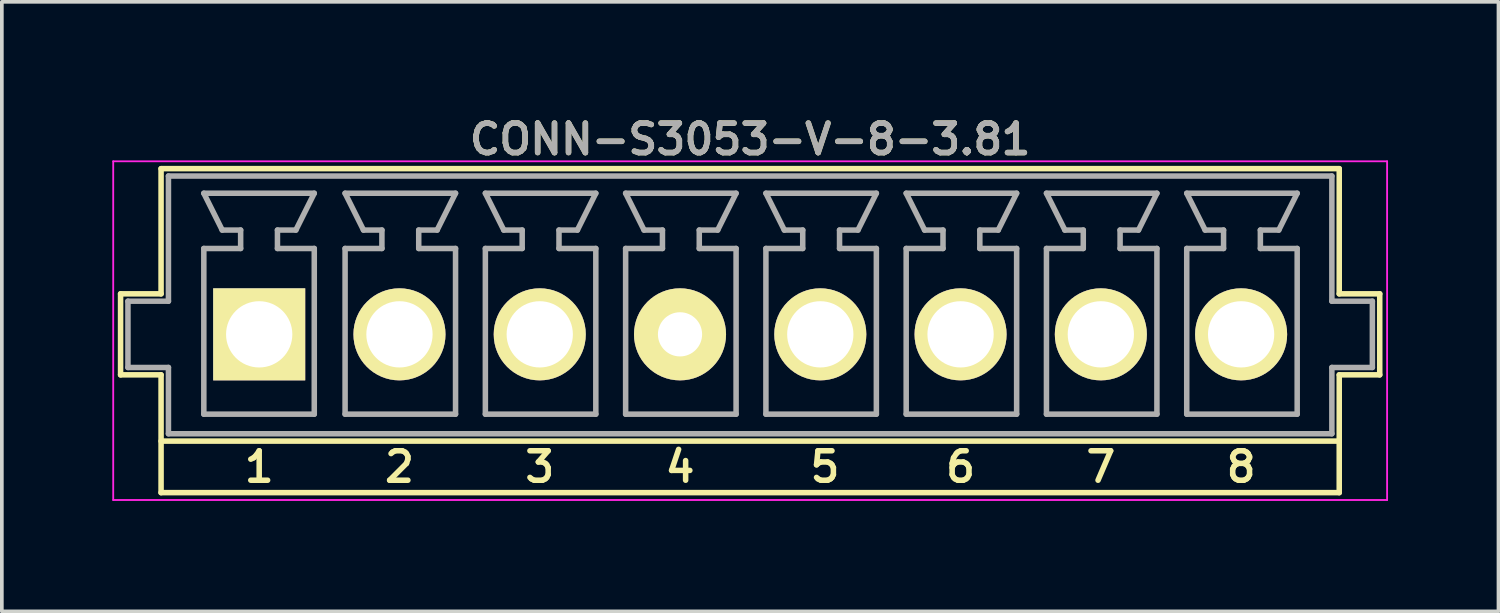
<source format=kicad_pcb>
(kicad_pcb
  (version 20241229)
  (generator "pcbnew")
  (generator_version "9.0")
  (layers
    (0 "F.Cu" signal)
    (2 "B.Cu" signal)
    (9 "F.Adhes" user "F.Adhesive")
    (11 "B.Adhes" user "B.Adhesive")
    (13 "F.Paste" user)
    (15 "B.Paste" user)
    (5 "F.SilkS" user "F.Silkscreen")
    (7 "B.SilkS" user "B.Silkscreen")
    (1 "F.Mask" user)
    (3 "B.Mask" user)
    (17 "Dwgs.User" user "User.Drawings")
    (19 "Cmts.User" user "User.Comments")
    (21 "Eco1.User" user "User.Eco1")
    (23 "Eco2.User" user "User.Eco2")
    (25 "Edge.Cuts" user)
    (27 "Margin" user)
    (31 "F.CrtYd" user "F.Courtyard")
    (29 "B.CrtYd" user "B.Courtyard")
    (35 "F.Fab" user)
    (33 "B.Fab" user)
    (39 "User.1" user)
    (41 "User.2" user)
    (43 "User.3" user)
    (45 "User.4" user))
  (footprint "CONN-S3053-V-8-3.81"
    (layer "F.Cu")
    (at 17.325 5.231)
    (property "Reference" "CONN-S3053-V-8-3.81" (at 0 -4.5 0) (layer "F.SilkS") (effects (font (size 0.8 0.8) (thickness 0.15))))
    (attr through_hole)
    (fp_line (start -17.1 -0.3) (end -17.1 1.9) (stroke (width 0.15) (type solid)) (layer "F.SilkS"))
    (fp_line (start -17.1 1.9) (end -16 1.9) (stroke (width 0.15) (type solid)) (layer "F.SilkS"))
    (fp_line (start -16 -3.7) (end -16 -0.3) (stroke (width 0.15) (type solid)) (layer "F.SilkS"))
    (fp_line (start -16 -3.7) (end 16 -3.7) (stroke (width 0.15) (type solid)) (layer "F.SilkS"))
    (fp_line (start -16 -0.3) (end -17.1 -0.3) (stroke (width 0.15) (type solid)) (layer "F.SilkS"))
    (fp_line (start -16 1.9) (end -16 5.1) (stroke (width 0.15) (type solid)) (layer "F.SilkS"))
    (fp_line (start -16 5.1) (end 16 5.1) (stroke (width 0.15) (type solid)) (layer "F.SilkS"))
    (fp_line (start 16 -3.7) (end 16 -0.3) (stroke (width 0.15) (type solid)) (layer "F.SilkS"))
    (fp_line (start 16 1.9) (end 16 5.1) (stroke (width 0.15) (type solid)) (layer "F.SilkS"))
    (fp_line (start 16 1.9) (end 17.1 1.9) (stroke (width 0.15) (type solid)) (layer "F.SilkS"))
    (fp_line (start 16 3.7) (end -16 3.7) (stroke (width 0.15) (type solid)) (layer "F.SilkS"))
    (fp_line (start 17.1 -0.3) (end 16 -0.3) (stroke (width 0.15) (type solid)) (layer "F.SilkS"))
    (fp_line (start 17.1 -0.3) (end 17.1 1.9) (stroke (width 0.15) (type solid)) (layer "F.SilkS"))
    (fp_line (start -17.3 -3.9) (end 17.3 -3.9) (stroke (width 0.05) (type solid)) (layer "F.CrtYd"))
    (fp_line (start -17.3 5.3) (end -17.3 -3.9) (stroke (width 0.05) (type solid)) (layer "F.CrtYd"))
    (fp_line (start 17.3 -3.9) (end 17.3 5.3) (stroke (width 0.05) (type solid)) (layer "F.CrtYd"))
    (fp_line (start 17.3 5.3) (end -17.3 5.3) (stroke (width 0.05) (type solid)) (layer "F.CrtYd"))
    (fp_line (start -16.9 -0.1) (end -16.9 1.7) (stroke (width 0.15) (type solid)) (layer "F.Fab"))
    (fp_line (start -16.9 1.7) (end -15.8 1.7) (stroke (width 0.15) (type solid)) (layer "F.Fab"))
    (fp_line (start -15.8 -3.5) (end -15.8 -0.1) (stroke (width 0.15) (type solid)) (layer "F.Fab"))
    (fp_line (start -15.8 -3.5) (end 15.8 -3.5) (stroke (width 0.15) (type solid)) (layer "F.Fab"))
    (fp_line (start -15.8 -0.1) (end -16.9 -0.1) (stroke (width 0.15) (type solid)) (layer "F.Fab"))
    (fp_line (start -15.8 1.7) (end -15.8 3.5) (stroke (width 0.15) (type solid)) (layer "F.Fab"))
    (fp_line (start -14.839 -3.032) (end -14.339 -2.032) (stroke (width 0.15) (type solid)) (layer "F.Fab"))
    (fp_line (start -14.839 -1.532) (end -13.839 -1.532) (stroke (width 0.15) (type solid)) (layer "F.Fab"))
    (fp_line (start -14.839 2.968) (end -14.839 -1.532) (stroke (width 0.15) (type solid)) (layer "F.Fab"))
    (fp_line (start -13.839 -2.032) (end -14.339 -2.032) (stroke (width 0.15) (type solid)) (layer "F.Fab"))
    (fp_line (start -13.839 -1.532) (end -13.839 -2.032) (stroke (width 0.15) (type solid)) (layer "F.Fab"))
    (fp_line (start -12.839 -2.032) (end -12.339 -2.032) (stroke (width 0.15) (type solid)) (layer "F.Fab"))
    (fp_line (start -12.839 -1.532) (end -12.839 -2.032) (stroke (width 0.15) (type solid)) (layer "F.Fab"))
    (fp_line (start -12.839 -1.532) (end -11.839 -1.532) (stroke (width 0.15) (type solid)) (layer "F.Fab"))
    (fp_line (start -12.339 -2.032) (end -11.839 -3.032) (stroke (width 0.15) (type solid)) (layer "F.Fab"))
    (fp_line (start -11.839 -3.032) (end -14.839 -3.032) (stroke (width 0.15) (type solid)) (layer "F.Fab"))
    (fp_line (start -11.839 2.968) (end -14.839 2.968) (stroke (width 0.15) (type solid)) (layer "F.Fab"))
    (fp_line (start -11.839 2.968) (end -11.839 -1.532) (stroke (width 0.15) (type solid)) (layer "F.Fab"))
    (fp_line (start -11.002 -3.032) (end -10.502 -2.032) (stroke (width 0.15) (type solid)) (layer "F.Fab"))
    (fp_line (start -11.002 -1.532) (end -10.002 -1.532) (stroke (width 0.15) (type solid)) (layer "F.Fab"))
    (fp_line (start -11.002 2.968) (end -11.002 -1.532) (stroke (width 0.15) (type solid)) (layer "F.Fab"))
    (fp_line (start -10.002 -2.032) (end -10.502 -2.032) (stroke (width 0.15) (type solid)) (layer "F.Fab"))
    (fp_line (start -10.002 -1.532) (end -10.002 -2.032) (stroke (width 0.15) (type solid)) (layer "F.Fab"))
    (fp_line (start -9.002 -2.032) (end -8.502 -2.032) (stroke (width 0.15) (type solid)) (layer "F.Fab"))
    (fp_line (start -9.002 -1.532) (end -9.002 -2.032) (stroke (width 0.15) (type solid)) (layer "F.Fab"))
    (fp_line (start -9.002 -1.532) (end -8.002 -1.532) (stroke (width 0.15) (type solid)) (layer "F.Fab"))
    (fp_line (start -8.502 -2.032) (end -8.002 -3.032) (stroke (width 0.15) (type solid)) (layer "F.Fab"))
    (fp_line (start -8.002 -3.032) (end -11.002 -3.032) (stroke (width 0.15) (type solid)) (layer "F.Fab"))
    (fp_line (start -8.002 2.968) (end -11.002 2.968) (stroke (width 0.15) (type solid)) (layer "F.Fab"))
    (fp_line (start -8.002 2.968) (end -8.002 -1.532) (stroke (width 0.15) (type solid)) (layer "F.Fab"))
    (fp_line (start -7.192 -3.032) (end -6.692 -2.032) (stroke (width 0.15) (type solid)) (layer "F.Fab"))
    (fp_line (start -7.192 -1.532) (end -6.192 -1.532) (stroke (width 0.15) (type solid)) (layer "F.Fab"))
    (fp_line (start -7.192 2.968) (end -7.192 -1.532) (stroke (width 0.15) (type solid)) (layer "F.Fab"))
    (fp_line (start -6.192 -2.032) (end -6.692 -2.032) (stroke (width 0.15) (type solid)) (layer "F.Fab"))
    (fp_line (start -6.192 -1.532) (end -6.192 -2.032) (stroke (width 0.15) (type solid)) (layer "F.Fab"))
    (fp_line (start -5.192 -2.032) (end -4.692 -2.032) (stroke (width 0.15) (type solid)) (layer "F.Fab"))
    (fp_line (start -5.192 -1.532) (end -5.192 -2.032) (stroke (width 0.15) (type solid)) (layer "F.Fab"))
    (fp_line (start -5.192 -1.532) (end -4.192 -1.532) (stroke (width 0.15) (type solid)) (layer "F.Fab"))
    (fp_line (start -4.692 -2.032) (end -4.192 -3.032) (stroke (width 0.15) (type solid)) (layer "F.Fab"))
    (fp_line (start -4.192 -3.032) (end -7.192 -3.032) (stroke (width 0.15) (type solid)) (layer "F.Fab"))
    (fp_line (start -4.192 2.968) (end -7.192 2.968) (stroke (width 0.15) (type solid)) (layer "F.Fab"))
    (fp_line (start -4.192 2.968) (end -4.192 -1.532) (stroke (width 0.15) (type solid)) (layer "F.Fab"))
    (fp_line (start -3.382 -3.032) (end -2.882 -2.032) (stroke (width 0.15) (type solid)) (layer "F.Fab"))
    (fp_line (start -3.382 -1.532) (end -2.382 -1.532) (stroke (width 0.15) (type solid)) (layer "F.Fab"))
    (fp_line (start -3.382 2.968) (end -3.382 -1.532) (stroke (width 0.15) (type solid)) (layer "F.Fab"))
    (fp_line (start -2.382 -2.032) (end -2.882 -2.032) (stroke (width 0.15) (type solid)) (layer "F.Fab"))
    (fp_line (start -2.382 -1.532) (end -2.382 -2.032) (stroke (width 0.15) (type solid)) (layer "F.Fab"))
    (fp_line (start -1.382 -2.032) (end -0.882 -2.032) (stroke (width 0.15) (type solid)) (layer "F.Fab"))
    (fp_line (start -1.382 -1.532) (end -1.382 -2.032) (stroke (width 0.15) (type solid)) (layer "F.Fab"))
    (fp_line (start -1.382 -1.532) (end -0.382 -1.532) (stroke (width 0.15) (type solid)) (layer "F.Fab"))
    (fp_line (start -0.882 -2.032) (end -0.382 -3.032) (stroke (width 0.15) (type solid)) (layer "F.Fab"))
    (fp_line (start -0.382 -3.032) (end -3.382 -3.032) (stroke (width 0.15) (type solid)) (layer "F.Fab"))
    (fp_line (start -0.382 2.968) (end -3.382 2.968) (stroke (width 0.15) (type solid)) (layer "F.Fab"))
    (fp_line (start -0.382 2.968) (end -0.382 -1.532) (stroke (width 0.15) (type solid)) (layer "F.Fab"))
    (fp_line (start 0.428 -3.032) (end 0.928 -2.032) (stroke (width 0.15) (type solid)) (layer "F.Fab"))
    (fp_line (start 0.428 -1.532) (end 1.428 -1.532) (stroke (width 0.15) (type solid)) (layer "F.Fab"))
    (fp_line (start 0.428 2.968) (end 0.428 -1.532) (stroke (width 0.15) (type solid)) (layer "F.Fab"))
    (fp_line (start 1.428 -2.032) (end 0.928 -2.032) (stroke (width 0.15) (type solid)) (layer "F.Fab"))
    (fp_line (start 1.428 -1.532) (end 1.428 -2.032) (stroke (width 0.15) (type solid)) (layer "F.Fab"))
    (fp_line (start 2.428 -2.032) (end 2.928 -2.032) (stroke (width 0.15) (type solid)) (layer "F.Fab"))
    (fp_line (start 2.428 -1.532) (end 2.428 -2.032) (stroke (width 0.15) (type solid)) (layer "F.Fab"))
    (fp_line (start 2.428 -1.532) (end 3.428 -1.532) (stroke (width 0.15) (type solid)) (layer "F.Fab"))
    (fp_line (start 2.928 -2.032) (end 3.428 -3.032) (stroke (width 0.15) (type solid)) (layer "F.Fab"))
    (fp_line (start 3.428 -3.032) (end 0.428 -3.032) (stroke (width 0.15) (type solid)) (layer "F.Fab"))
    (fp_line (start 3.428 2.968) (end 0.428 2.968) (stroke (width 0.15) (type solid)) (layer "F.Fab"))
    (fp_line (start 3.428 2.968) (end 3.428 -1.532) (stroke (width 0.15) (type solid)) (layer "F.Fab"))
    (fp_line (start 4.238 -3.032) (end 4.738 -2.032) (stroke (width 0.15) (type solid)) (layer "F.Fab"))
    (fp_line (start 4.238 -1.532) (end 5.238 -1.532) (stroke (width 0.15) (type solid)) (layer "F.Fab"))
    (fp_line (start 4.238 2.968) (end 4.238 -1.532) (stroke (width 0.15) (type solid)) (layer "F.Fab"))
    (fp_line (start 5.238 -2.032) (end 4.738 -2.032) (stroke (width 0.15) (type solid)) (layer "F.Fab"))
    (fp_line (start 5.238 -1.532) (end 5.238 -2.032) (stroke (width 0.15) (type solid)) (layer "F.Fab"))
    (fp_line (start 6.238 -2.032) (end 6.738 -2.032) (stroke (width 0.15) (type solid)) (layer "F.Fab"))
    (fp_line (start 6.238 -1.532) (end 6.238 -2.032) (stroke (width 0.15) (type solid)) (layer "F.Fab"))
    (fp_line (start 6.238 -1.532) (end 7.238 -1.532) (stroke (width 0.15) (type solid)) (layer "F.Fab"))
    (fp_line (start 6.738 -2.032) (end 7.238 -3.032) (stroke (width 0.15) (type solid)) (layer "F.Fab"))
    (fp_line (start 7.238 -3.032) (end 4.238 -3.032) (stroke (width 0.15) (type solid)) (layer "F.Fab"))
    (fp_line (start 7.238 2.968) (end 4.238 2.968) (stroke (width 0.15) (type solid)) (layer "F.Fab"))
    (fp_line (start 7.238 2.968) (end 7.238 -1.532) (stroke (width 0.15) (type solid)) (layer "F.Fab"))
    (fp_line (start 8.048 -3.032) (end 8.548 -2.032) (stroke (width 0.15) (type solid)) (layer "F.Fab"))
    (fp_line (start 8.048 -1.532) (end 9.048 -1.532) (stroke (width 0.15) (type solid)) (layer "F.Fab"))
    (fp_line (start 8.048 2.968) (end 8.048 -1.532) (stroke (width 0.15) (type solid)) (layer "F.Fab"))
    (fp_line (start 9.048 -2.032) (end 8.548 -2.032) (stroke (width 0.15) (type solid)) (layer "F.Fab"))
    (fp_line (start 9.048 -1.532) (end 9.048 -2.032) (stroke (width 0.15) (type solid)) (layer "F.Fab"))
    (fp_line (start 10.048 -2.032) (end 10.548 -2.032) (stroke (width 0.15) (type solid)) (layer "F.Fab"))
    (fp_line (start 10.048 -1.532) (end 10.048 -2.032) (stroke (width 0.15) (type solid)) (layer "F.Fab"))
    (fp_line (start 10.048 -1.532) (end 11.048 -1.532) (stroke (width 0.15) (type solid)) (layer "F.Fab"))
    (fp_line (start 10.548 -2.032) (end 11.048 -3.032) (stroke (width 0.15) (type solid)) (layer "F.Fab"))
    (fp_line (start 11.048 -3.032) (end 8.048 -3.032) (stroke (width 0.15) (type solid)) (layer "F.Fab"))
    (fp_line (start 11.048 2.968) (end 8.048 2.968) (stroke (width 0.15) (type solid)) (layer "F.Fab"))
    (fp_line (start 11.048 2.968) (end 11.048 -1.532) (stroke (width 0.15) (type solid)) (layer "F.Fab"))
    (fp_line (start 11.858 -3.032) (end 12.358 -2.032) (stroke (width 0.15) (type solid)) (layer "F.Fab"))
    (fp_line (start 11.858 -1.532) (end 12.858 -1.532) (stroke (width 0.15) (type solid)) (layer "F.Fab"))
    (fp_line (start 11.858 2.968) (end 11.858 -1.532) (stroke (width 0.15) (type solid)) (layer "F.Fab"))
    (fp_line (start 12.858 -2.032) (end 12.358 -2.032) (stroke (width 0.15) (type solid)) (layer "F.Fab"))
    (fp_line (start 12.858 -1.532) (end 12.858 -2.032) (stroke (width 0.15) (type solid)) (layer "F.Fab"))
    (fp_line (start 13.858 -2.032) (end 14.358 -2.032) (stroke (width 0.15) (type solid)) (layer "F.Fab"))
    (fp_line (start 13.858 -1.532) (end 13.858 -2.032) (stroke (width 0.15) (type solid)) (layer "F.Fab"))
    (fp_line (start 13.858 -1.532) (end 14.858 -1.532) (stroke (width 0.15) (type solid)) (layer "F.Fab"))
    (fp_line (start 14.358 -2.032) (end 14.858 -3.032) (stroke (width 0.15) (type solid)) (layer "F.Fab"))
    (fp_line (start 14.858 -3.032) (end 11.858 -3.032) (stroke (width 0.15) (type solid)) (layer "F.Fab"))
    (fp_line (start 14.858 2.968) (end 11.858 2.968) (stroke (width 0.15) (type solid)) (layer "F.Fab"))
    (fp_line (start 14.858 2.968) (end 14.858 -1.532) (stroke (width 0.15) (type solid)) (layer "F.Fab"))
    (fp_line (start 15.8 -0.1) (end 15.8 -3.5) (stroke (width 0.15) (type solid)) (layer "F.Fab"))
    (fp_line (start 15.8 1.7) (end 16.9 1.7) (stroke (width 0.15) (type solid)) (layer "F.Fab"))
    (fp_line (start 15.8 3.5) (end -15.8 3.5) (stroke (width 0.15) (type solid)) (layer "F.Fab"))
    (fp_line (start 15.8 3.5) (end 15.8 1.7) (stroke (width 0.15) (type solid)) (layer "F.Fab"))
    (fp_line (start 16.9 -0.1) (end 15.8 -0.1) (stroke (width 0.15) (type solid)) (layer "F.Fab"))
    (fp_line (start 16.9 1.7) (end 16.9 -0.1) (stroke (width 0.15) (type solid)) (layer "F.Fab"))
    (fp_text user "2" (at -9.525 4.4 0) (layer "F.SilkS") (effects (font (size 0.8 0.8) (thickness 0.15))))
    (fp_text user "6" (at 5.715 4.4 0) (layer "F.SilkS") (effects (font (size 0.8 0.8) (thickness 0.15))))
    (fp_text user "3" (at -5.715 4.4 0) (layer "F.SilkS") (effects (font (size 0.8 0.8) (thickness 0.15))))
    (fp_text user "5" (at 2.032 4.4 0) (layer "F.SilkS") (effects (font (size 0.8 0.8) (thickness 0.15))))
    (fp_text user "4" (at -1.905 4.4 0) (layer "F.SilkS") (effects (font (size 0.8 0.8) (thickness 0.15))))
    (fp_text user "1" (at -13.335 4.4 0) (layer "F.SilkS") (effects (font (size 0.8 0.8) (thickness 0.15))))
    (fp_text user "8" (at 13.335 4.4 0) (layer "F.SilkS") (effects (font (size 0.8 0.8) (thickness 0.15))))
    (fp_text user "7" (at 9.525 4.4 0) (layer "F.SilkS") (effects (font (size 0.8 0.8) (thickness 0.15))))
    (fp_text user "${REFERENCE}" (at 0 -4.5 0) (layer "F.Fab") (effects (font (size 0.8 0.8) (thickness 0.15))))
    (pad "1" thru_hole rect (at -13.335 0.8 180) (size 2.5 2.5) (drill 1.8) (layers "*.Cu" "*.Mask" "F.SilkS"))
    (pad "2" thru_hole circle (at -9.525 0.8 180) (size 2.5 2.5) (drill 1.8) (layers "*.Cu" "*.Mask" "F.SilkS"))
    (pad "3" thru_hole circle (at -5.715 0.8 180) (size 2.5 2.5) (drill 1.8) (layers "*.Cu" "*.Mask" "F.SilkS"))
    (pad "4" thru_hole circle (at -1.905 0.8 180) (size 2.5 2.5) (drill 1.2) (layers "*.Cu" "*.Mask" "F.SilkS"))
    (pad "5" thru_hole circle (at 1.905 0.8 180) (size 2.5 2.5) (drill 1.8) (layers "*.Cu" "*.Mask" "F.SilkS"))
    (pad "6" thru_hole circle (at 5.715 0.8 180) (size 2.5 2.5) (drill 1.8) (layers "*.Cu" "*.Mask" "F.SilkS"))
    (pad "7" thru_hole circle (at 9.525 0.8 180) (size 2.5 2.5) (drill 1.8) (layers "*.Cu" "*.Mask" "F.SilkS"))
    (pad "8" thru_hole circle (at 13.335 0.8 180) (size 2.5 2.5) (drill 1.8) (layers "*.Cu" "*.Mask" "F.SilkS")))
  (gr_rect
    (start -3 -3)
    (end 37.65 13.556)
    (stroke (width 0.1) (type default))
    (fill no)
    (layer "Edge.Cuts")))
</source>
